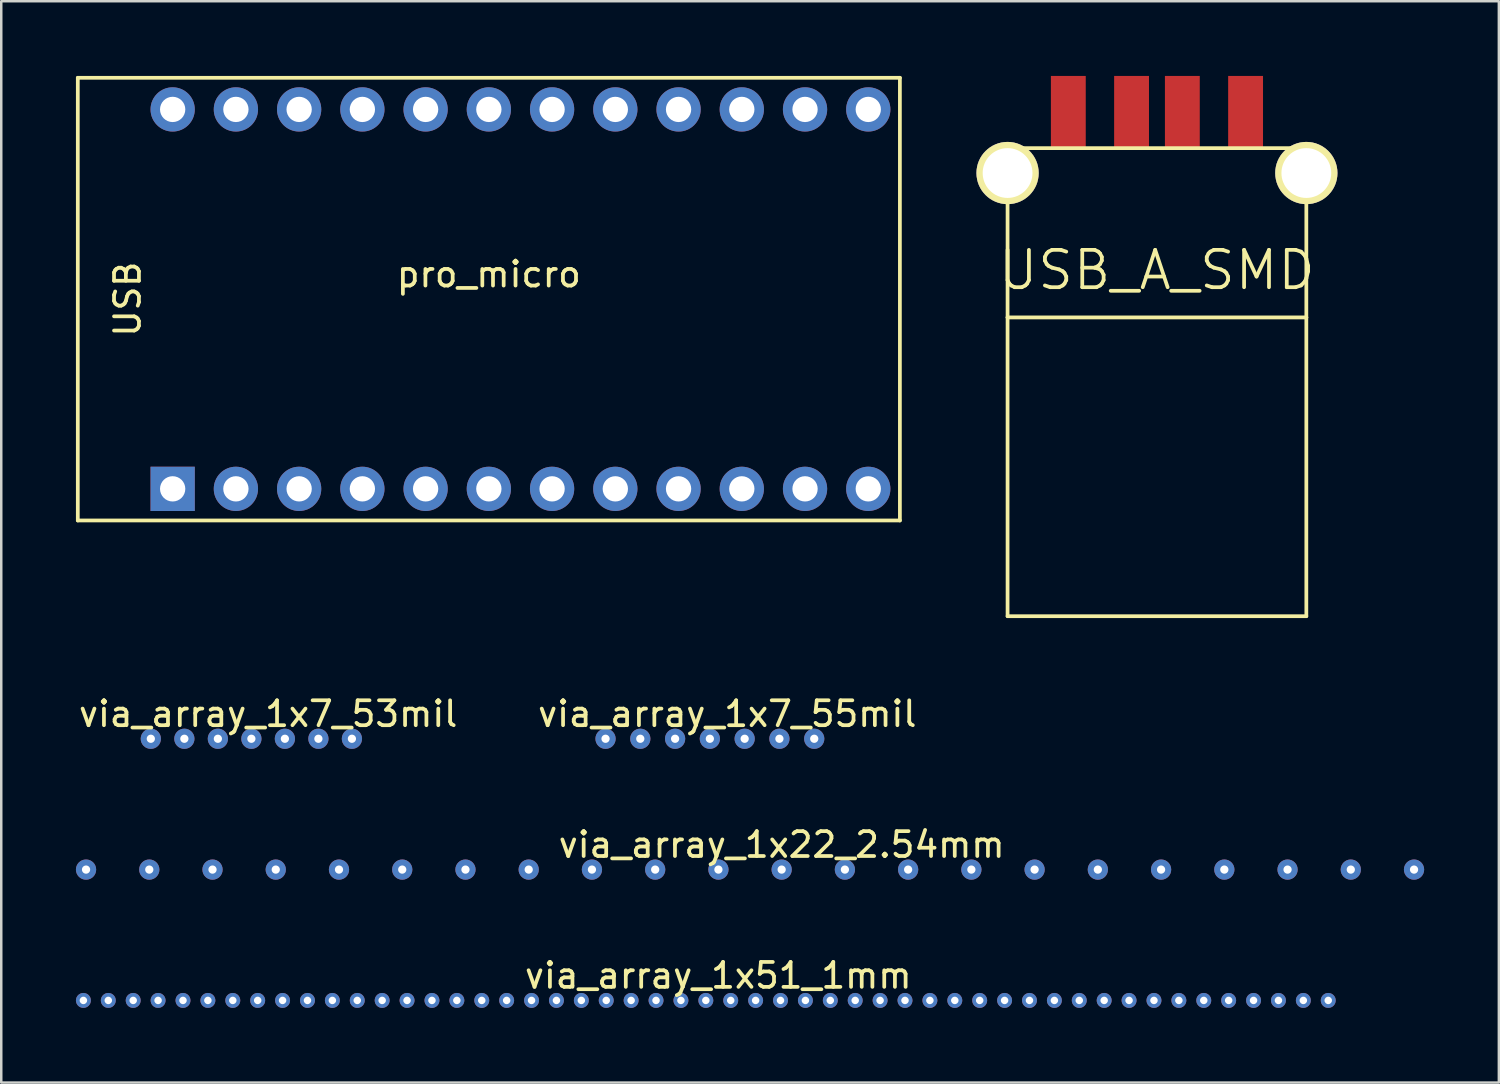
<source format=kicad_pcb>
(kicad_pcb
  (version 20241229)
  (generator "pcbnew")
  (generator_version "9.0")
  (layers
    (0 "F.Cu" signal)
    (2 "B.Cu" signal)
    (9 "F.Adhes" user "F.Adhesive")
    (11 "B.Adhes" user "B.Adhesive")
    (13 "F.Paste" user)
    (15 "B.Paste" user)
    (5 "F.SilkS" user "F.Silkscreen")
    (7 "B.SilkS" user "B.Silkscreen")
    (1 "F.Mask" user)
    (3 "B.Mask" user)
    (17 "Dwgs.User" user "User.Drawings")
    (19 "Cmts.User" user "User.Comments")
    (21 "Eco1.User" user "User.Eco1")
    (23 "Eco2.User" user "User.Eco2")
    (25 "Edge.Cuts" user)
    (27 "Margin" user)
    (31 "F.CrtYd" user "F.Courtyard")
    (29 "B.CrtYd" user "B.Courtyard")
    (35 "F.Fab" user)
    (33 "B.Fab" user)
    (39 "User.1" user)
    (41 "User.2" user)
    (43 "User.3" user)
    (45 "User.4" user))
  (footprint "USB_A_SMD"
    (layer "F.Cu")
    (at 43.42 9.7)
    (property "Reference" "USB_A_SMD" (at 0 -1.9 180) (layer "F.SilkS") (effects (font (size 1.5 1.5) (thickness 0.15))))
    (attr through_hole)
    (fp_line (start -6 -6.8) (end -6 0) (stroke (width 0.15) (type solid)) (layer "F.SilkS"))
    (fp_line (start -6 0) (end 6 0) (stroke (width 0.15) (type solid)) (layer "F.SilkS"))
    (fp_line (start -6 12) (end -6 0) (stroke (width 0.15) (type solid)) (layer "F.SilkS"))
    (fp_line (start 6 -6.8) (end -6 -6.8) (stroke (width 0.15) (type solid)) (layer "F.SilkS"))
    (fp_line (start 6 0) (end 6 -6.8) (stroke (width 0.15) (type solid)) (layer "F.SilkS"))
    (fp_line (start 6 0) (end 6 12) (stroke (width 0.15) (type solid)) (layer "F.SilkS"))
    (fp_line (start 6 12) (end -6 12) (stroke (width 0.15) (type solid)) (layer "F.SilkS"))
    (pad "" thru_hole circle (at -6 -5.8 180) (size 2.5 2.5) (drill 2) (layers "*.Cu" "*.Mask" "F.SilkS"))
    (pad "" thru_hole circle (at 6 -5.8 180) (size 2.5 2.5) (drill 2) (layers "*.Cu" "*.Mask" "F.SilkS"))
    (pad "1" smd rect (at 3.56 -8.25 180) (size 1.4 2.9) (layers "F.Cu" "F.Mask" "F.Paste"))
    (pad "2" smd rect (at 1.02 -8.25 180) (size 1.4 2.9) (layers "F.Cu" "F.Mask" "F.Paste"))
    (pad "3" smd rect (at -1.02 -8.25 180) (size 1.4 2.9) (layers "F.Cu" "F.Mask" "F.Paste"))
    (pad "4" smd rect (at -3.56 -8.25 180) (size 1.4 2.9) (layers "F.Cu" "F.Mask" "F.Paste")))
  (footprint "via_array_1x7_53mil"
    (layer "F.Cu")
    (at 7.72 26.623)
    (property "Reference" "via_array_1x7_53mil" (at 0 -1 0) (layer "F.SilkS") (effects (font (size 1 1) (thickness 0.15))))
    (attr through_hole)
    (pad "1" thru_hole circle (at -4.712 0) (size 0.813 0.813) (drill 0.33) (layers "*.Cu"))
    (pad "2" thru_hole circle (at -3.365 0) (size 0.813 0.813) (drill 0.33) (layers "*.Cu"))
    (pad "3" thru_hole circle (at -2.019 0) (size 0.813 0.813) (drill 0.33) (layers "*.Cu"))
    (pad "4" thru_hole circle (at -0.673 0) (size 0.813 0.813) (drill 0.33) (layers "*.Cu"))
    (pad "5" thru_hole circle (at 0.673 0) (size 0.813 0.813) (drill 0.33) (layers "*.Cu"))
    (pad "6" thru_hole circle (at 2.019 0) (size 0.813 0.813) (drill 0.33) (layers "*.Cu"))
    (pad "7" thru_hole circle (at 3.365 0) (size 0.813 0.813) (drill 0.33) (layers "*.Cu")))
  (footprint "via_array_1x7_55mil"
    (layer "F.Cu")
    (at 26.161 26.623)
    (property "Reference" "via_array_1x7_55mil" (at 0 -1 0) (layer "F.SilkS") (effects (font (size 1 1) (thickness 0.15))))
    (attr through_hole)
    (pad "1" thru_hole circle (at -4.889 0) (size 0.813 0.813) (drill 0.33) (layers "*.Cu"))
    (pad "2" thru_hole circle (at -3.493 0) (size 0.813 0.813) (drill 0.33) (layers "*.Cu"))
    (pad "3" thru_hole circle (at -2.095 0) (size 0.813 0.813) (drill 0.33) (layers "*.Cu"))
    (pad "4" thru_hole circle (at -0.699 0) (size 0.813 0.813) (drill 0.33) (layers "*.Cu"))
    (pad "5" thru_hole circle (at 0.699 0) (size 0.813 0.813) (drill 0.33) (layers "*.Cu"))
    (pad "6" thru_hole circle (at 2.095 0) (size 0.813 0.813) (drill 0.33) (layers "*.Cu"))
    (pad "7" thru_hole circle (at 3.493 0) (size 0.813 0.813) (drill 0.33) (layers "*.Cu")))
  (footprint "via_array_1x22_2.54mm"
    (layer "F.Cu")
    (at 28.346 31.878)
    (property "Reference" "via_array_1x22_2.54mm" (at 0 -1 0) (layer "F.SilkS") (effects (font (size 1 1) (thickness 0.15))))
    (attr through_hole)
    (pad "1" thru_hole circle (at -27.94 0) (size 0.813 0.813) (drill 0.33) (layers "*.Cu"))
    (pad "2" thru_hole circle (at -25.4 0) (size 0.813 0.813) (drill 0.33) (layers "*.Cu"))
    (pad "3" thru_hole circle (at -22.86 0) (size 0.813 0.813) (drill 0.33) (layers "*.Cu"))
    (pad "4" thru_hole circle (at -20.32 0) (size 0.813 0.813) (drill 0.33) (layers "*.Cu"))
    (pad "5" thru_hole circle (at -17.78 0) (size 0.813 0.813) (drill 0.33) (layers "*.Cu"))
    (pad "6" thru_hole circle (at -15.24 0) (size 0.813 0.813) (drill 0.33) (layers "*.Cu"))
    (pad "7" thru_hole circle (at -12.7 0) (size 0.813 0.813) (drill 0.33) (layers "*.Cu"))
    (pad "8" thru_hole circle (at -10.16 0) (size 0.813 0.813) (drill 0.33) (layers "*.Cu"))
    (pad "9" thru_hole circle (at -7.62 0) (size 0.813 0.813) (drill 0.33) (layers "*.Cu"))
    (pad "10" thru_hole circle (at -5.08 0) (size 0.813 0.813) (drill 0.33) (layers "*.Cu"))
    (pad "11" thru_hole circle (at -2.54 0) (size 0.813 0.813) (drill 0.33) (layers "*.Cu"))
    (pad "12" thru_hole circle (at 0 0) (size 0.813 0.813) (drill 0.33) (layers "*.Cu"))
    (pad "13" thru_hole circle (at 2.54 0) (size 0.813 0.813) (drill 0.33) (layers "*.Cu"))
    (pad "14" thru_hole circle (at 5.08 0) (size 0.813 0.813) (drill 0.33) (layers "*.Cu"))
    (pad "15" thru_hole circle (at 7.62 0) (size 0.813 0.813) (drill 0.33) (layers "*.Cu"))
    (pad "16" thru_hole circle (at 10.16 0) (size 0.813 0.813) (drill 0.33) (layers "*.Cu"))
    (pad "17" thru_hole circle (at 12.7 0) (size 0.813 0.813) (drill 0.33) (layers "*.Cu"))
    (pad "18" thru_hole circle (at 15.24 0) (size 0.813 0.813) (drill 0.33) (layers "*.Cu"))
    (pad "19" thru_hole circle (at 17.78 0) (size 0.813 0.813) (drill 0.33) (layers "*.Cu"))
    (pad "20" thru_hole circle (at 20.32 0) (size 0.813 0.813) (drill 0.33) (layers "*.Cu"))
    (pad "21" thru_hole circle (at 22.86 0) (size 0.813 0.813) (drill 0.33) (layers "*.Cu"))
    (pad "22" thru_hole circle (at 25.4 0) (size 0.813 0.813) (drill 0.33) (layers "*.Cu")))
  (footprint "via_array_1x51_1mm"
    (layer "F.Cu")
    (at 25.8 37.133)
    (property "Reference" "via_array_1x51_1mm" (at 0 -1 0) (layer "F.SilkS") (effects (font (size 1 1) (thickness 0.15))))
    (attr through_hole)
    (pad "1" thru_hole circle (at -25.5 0) (size 0.6 0.6) (drill 0.3) (layers "*.Cu"))
    (pad "2" thru_hole circle (at -24.5 0) (size 0.6 0.6) (drill 0.3) (layers "*.Cu"))
    (pad "3" thru_hole circle (at -23.5 0) (size 0.6 0.6) (drill 0.3) (layers "*.Cu"))
    (pad "4" thru_hole circle (at -22.5 0) (size 0.6 0.6) (drill 0.3) (layers "*.Cu"))
    (pad "5" thru_hole circle (at -21.5 0) (size 0.6 0.6) (drill 0.3) (layers "*.Cu"))
    (pad "6" thru_hole circle (at -20.5 0) (size 0.6 0.6) (drill 0.3) (layers "*.Cu"))
    (pad "7" thru_hole circle (at -19.5 0) (size 0.6 0.6) (drill 0.3) (layers "*.Cu"))
    (pad "8" thru_hole circle (at -18.5 0) (size 0.6 0.6) (drill 0.3) (layers "*.Cu"))
    (pad "9" thru_hole circle (at -17.5 0) (size 0.6 0.6) (drill 0.3) (layers "*.Cu"))
    (pad "10" thru_hole circle (at -16.5 0) (size 0.6 0.6) (drill 0.3) (layers "*.Cu"))
    (pad "11" thru_hole circle (at -15.5 0) (size 0.6 0.6) (drill 0.3) (layers "*.Cu"))
    (pad "12" thru_hole circle (at -14.5 0) (size 0.6 0.6) (drill 0.3) (layers "*.Cu"))
    (pad "13" thru_hole circle (at -13.5 0) (size 0.6 0.6) (drill 0.3) (layers "*.Cu"))
    (pad "14" thru_hole circle (at -12.5 0) (size 0.6 0.6) (drill 0.3) (layers "*.Cu"))
    (pad "15" thru_hole circle (at -11.5 0) (size 0.6 0.6) (drill 0.3) (layers "*.Cu"))
    (pad "16" thru_hole circle (at -10.5 0) (size 0.6 0.6) (drill 0.3) (layers "*.Cu"))
    (pad "17" thru_hole circle (at -9.5 0) (size 0.6 0.6) (drill 0.3) (layers "*.Cu"))
    (pad "18" thru_hole circle (at -8.5 0) (size 0.6 0.6) (drill 0.3) (layers "*.Cu"))
    (pad "19" thru_hole circle (at -7.5 0) (size 0.6 0.6) (drill 0.3) (layers "*.Cu"))
    (pad "20" thru_hole circle (at -6.5 0) (size 0.6 0.6) (drill 0.3) (layers "*.Cu"))
    (pad "21" thru_hole circle (at -5.5 0) (size 0.6 0.6) (drill 0.3) (layers "*.Cu"))
    (pad "22" thru_hole circle (at -4.5 0) (size 0.6 0.6) (drill 0.3) (layers "*.Cu"))
    (pad "23" thru_hole circle (at -3.5 0) (size 0.6 0.6) (drill 0.3) (layers "*.Cu"))
    (pad "24" thru_hole circle (at -2.5 0) (size 0.6 0.6) (drill 0.3) (layers "*.Cu"))
    (pad "25" thru_hole circle (at -1.5 0) (size 0.6 0.6) (drill 0.3) (layers "*.Cu"))
    (pad "26" thru_hole circle (at -0.5 0) (size 0.6 0.6) (drill 0.3) (layers "*.Cu"))
    (pad "27" thru_hole circle (at 0.5 0) (size 0.6 0.6) (drill 0.3) (layers "*.Cu"))
    (pad "28" thru_hole circle (at 1.5 0) (size 0.6 0.6) (drill 0.3) (layers "*.Cu"))
    (pad "29" thru_hole circle (at 2.5 0) (size 0.6 0.6) (drill 0.3) (layers "*.Cu"))
    (pad "30" thru_hole circle (at 3.5 0) (size 0.6 0.6) (drill 0.3) (layers "*.Cu"))
    (pad "31" thru_hole circle (at 4.5 0) (size 0.6 0.6) (drill 0.3) (layers "*.Cu"))
    (pad "32" thru_hole circle (at 5.5 0) (size 0.6 0.6) (drill 0.3) (layers "*.Cu"))
    (pad "33" thru_hole circle (at 6.5 0) (size 0.6 0.6) (drill 0.3) (layers "*.Cu"))
    (pad "34" thru_hole circle (at 7.5 0) (size 0.6 0.6) (drill 0.3) (layers "*.Cu"))
    (pad "35" thru_hole circle (at 8.5 0) (size 0.6 0.6) (drill 0.3) (layers "*.Cu"))
    (pad "36" thru_hole circle (at 9.5 0) (size 0.6 0.6) (drill 0.3) (layers "*.Cu"))
    (pad "37" thru_hole circle (at 10.5 0) (size 0.6 0.6) (drill 0.3) (layers "*.Cu"))
    (pad "38" thru_hole circle (at 11.5 0) (size 0.6 0.6) (drill 0.3) (layers "*.Cu"))
    (pad "39" thru_hole circle (at 12.5 0) (size 0.6 0.6) (drill 0.3) (layers "*.Cu"))
    (pad "40" thru_hole circle (at 13.5 0) (size 0.6 0.6) (drill 0.3) (layers "*.Cu"))
    (pad "41" thru_hole circle (at 14.5 0) (size 0.6 0.6) (drill 0.3) (layers "*.Cu"))
    (pad "42" thru_hole circle (at 15.5 0) (size 0.6 0.6) (drill 0.3) (layers "*.Cu"))
    (pad "43" thru_hole circle (at 16.5 0) (size 0.6 0.6) (drill 0.3) (layers "*.Cu"))
    (pad "44" thru_hole circle (at 17.5 0) (size 0.6 0.6) (drill 0.3) (layers "*.Cu"))
    (pad "45" thru_hole circle (at 18.5 0) (size 0.6 0.6) (drill 0.3) (layers "*.Cu"))
    (pad "46" thru_hole circle (at 19.5 0) (size 0.6 0.6) (drill 0.3) (layers "*.Cu"))
    (pad "47" thru_hole circle (at 20.5 0) (size 0.6 0.6) (drill 0.3) (layers "*.Cu"))
    (pad "48" thru_hole circle (at 21.5 0) (size 0.6 0.6) (drill 0.3) (layers "*.Cu"))
    (pad "49" thru_hole circle (at 22.5 0) (size 0.6 0.6) (drill 0.3) (layers "*.Cu"))
    (pad "50" thru_hole circle (at 23.5 0) (size 0.6 0.6) (drill 0.3) (layers "*.Cu"))
    (pad "51" thru_hole circle (at 24.5 0) (size 0.6 0.6) (drill 0.3) (layers "*.Cu")))
  (footprint "pro_micro"
    (layer "F.Cu")
    (at 16.585 8.965)
    (property "Reference" "pro_micro" (at 0 -1 0) (layer "F.SilkS") (effects (font (size 1 1) (thickness 0.15))))
    (attr through_hole)
    (fp_line (start -16.51 -8.89) (end -16.51 8.89) (stroke (width 0.15) (type solid)) (layer "F.SilkS"))
    (fp_line (start -16.51 8.89) (end 16.51 8.89) (stroke (width 0.15) (type solid)) (layer "F.SilkS"))
    (fp_line (start 16.51 -8.89) (end -16.51 -8.89) (stroke (width 0.15) (type solid)) (layer "F.SilkS"))
    (fp_line (start 16.51 8.89) (end 16.51 -8.89) (stroke (width 0.15) (type solid)) (layer "F.SilkS"))
    (fp_text user "USB" (at -14.51 0 90) (layer "F.SilkS") (effects (font (size 1 1) (thickness 0.15))))
    (pad "1" thru_hole rect (at -12.7 7.62) (size 1.778 1.778) (drill 1.016) (layers "*.Cu" "*.Mask"))
    (pad "2" thru_hole circle (at -10.16 7.62) (size 1.778 1.778) (drill 1.016) (layers "*.Cu" "*.Mask"))
    (pad "3" thru_hole circle (at -7.62 7.62) (size 1.778 1.778) (drill 1.016) (layers "*.Cu" "*.Mask"))
    (pad "4" thru_hole circle (at -5.08 7.62) (size 1.778 1.778) (drill 1.016) (layers "*.Cu" "*.Mask"))
    (pad "5" thru_hole circle (at -2.54 7.62) (size 1.778 1.778) (drill 1.016) (layers "*.Cu" "*.Mask"))
    (pad "6" thru_hole circle (at 0 7.62) (size 1.778 1.778) (drill 1.016) (layers "*.Cu" "*.Mask"))
    (pad "7" thru_hole circle (at 2.54 7.62) (size 1.778 1.778) (drill 1.016) (layers "*.Cu" "*.Mask"))
    (pad "8" thru_hole circle (at 5.08 7.62) (size 1.778 1.778) (drill 1.016) (layers "*.Cu" "*.Mask"))
    (pad "9" thru_hole circle (at 7.62 7.62) (size 1.778 1.778) (drill 1.016) (layers "*.Cu" "*.Mask"))
    (pad "10" thru_hole circle (at 10.16 7.62) (size 1.778 1.778) (drill 1.016) (layers "*.Cu" "*.Mask"))
    (pad "11" thru_hole circle (at 12.7 7.62) (size 1.778 1.778) (drill 1.016) (layers "*.Cu" "*.Mask"))
    (pad "12" thru_hole circle (at 15.24 7.62) (size 1.778 1.778) (drill 1.016) (layers "*.Cu" "*.Mask"))
    (pad "13" thru_hole circle (at 15.24 -7.62) (size 1.778 1.778) (drill 1.016) (layers "*.Cu" "*.Mask"))
    (pad "14" thru_hole circle (at 12.7 -7.62) (size 1.778 1.778) (drill 1.016) (layers "*.Cu" "*.Mask"))
    (pad "15" thru_hole circle (at 10.16 -7.62) (size 1.778 1.778) (drill 1.016) (layers "*.Cu" "*.Mask"))
    (pad "16" thru_hole circle (at 7.62 -7.62) (size 1.778 1.778) (drill 1.016) (layers "*.Cu" "*.Mask"))
    (pad "17" thru_hole circle (at 5.08 -7.62) (size 1.778 1.778) (drill 1.016) (layers "*.Cu" "*.Mask"))
    (pad "18" thru_hole circle (at 2.54 -7.62) (size 1.778 1.778) (drill 1.016) (layers "*.Cu" "*.Mask"))
    (pad "19" thru_hole circle (at 0 -7.62) (size 1.778 1.778) (drill 1.016) (layers "*.Cu" "*.Mask"))
    (pad "20" thru_hole circle (at -2.54 -7.62) (size 1.778 1.778) (drill 1.016) (layers "*.Cu" "*.Mask"))
    (pad "21" thru_hole circle (at -5.08 -7.62) (size 1.778 1.778) (drill 1.016) (layers "*.Cu" "*.Mask"))
    (pad "22" thru_hole circle (at -7.62 -7.62) (size 1.778 1.778) (drill 1.016) (layers "*.Cu" "*.Mask"))
    (pad "23" thru_hole circle (at -10.16 -7.62) (size 1.778 1.778) (drill 1.016) (layers "*.Cu" "*.Mask"))
    (pad "24" thru_hole circle (at -12.7 -7.62) (size 1.778 1.778) (drill 1.016) (layers "*.Cu" "*.Mask")))
  (gr_rect
    (start -3 -3)
    (end 57.153 40.433)
    (stroke (width 0.1) (type default))
    (fill no)
    (layer "Edge.Cuts")))
</source>
